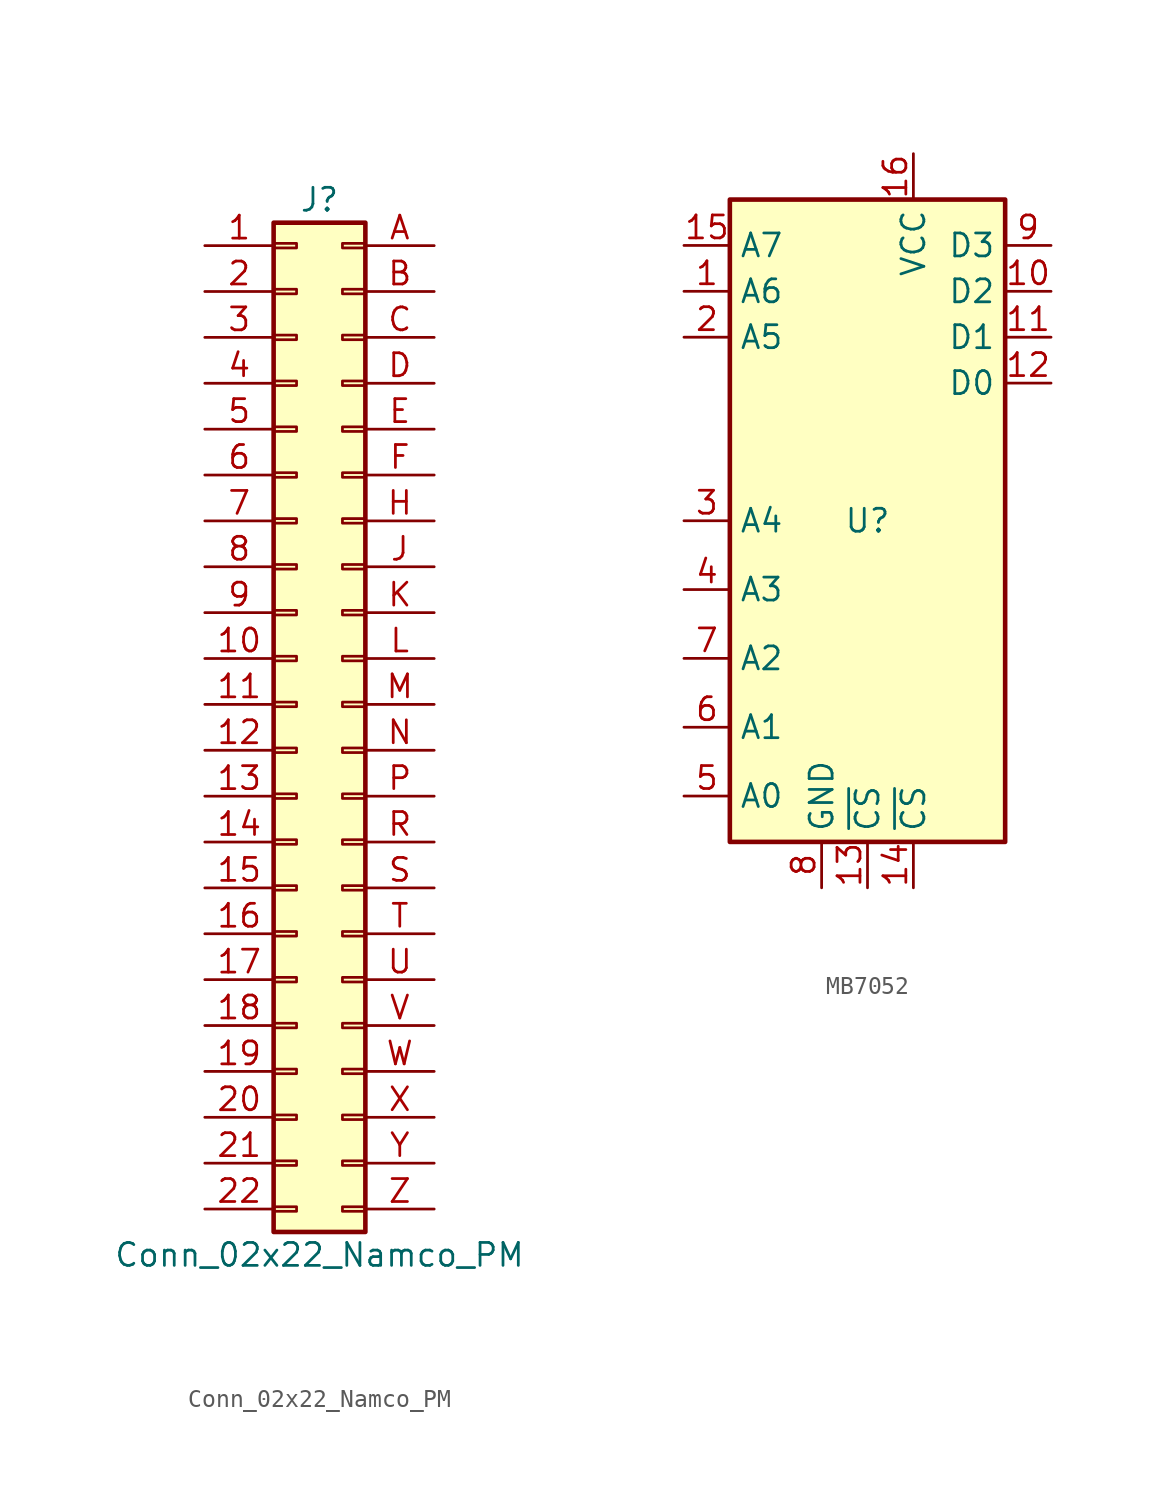
<source format=kicad_sym>
(kicad_symbol_lib
  (version 20231120)
  (generator "kicad_symbol_editor")
  (generator_version "8.0")
  (symbol "Conn_02x22_Namco_PM"
    (pin_names
      (offset 1.016) hide)
    (property "Reference" "J"
      (at 1.27 27.94 0)
      (effects (font (size 1.27 1.27))))
    (property "Value" "Conn_02x22_Namco_PM"
      (at 1.27 -30.48 0)
      (effects (font (size 1.27 1.27))))
    (symbol "Conn_02x22_Namco_PM_1_1"
      (rectangle (start -1.27 -27.813) (end 0 -28.067) (stroke (width 0.152) (type default)) (fill (type none)))
      (rectangle (start -1.27 -25.273) (end 0 -25.527) (stroke (width 0.152) (type default)) (fill (type none)))
      (rectangle (start -1.27 -22.733) (end 0 -22.987) (stroke (width 0.152) (type default)) (fill (type none)))
      (rectangle (start -1.27 -20.193) (end 0 -20.447) (stroke (width 0.152) (type default)) (fill (type none)))
      (rectangle (start -1.27 -17.653) (end 0 -17.907) (stroke (width 0.152) (type default)) (fill (type none)))
      (rectangle (start -1.27 -15.113) (end 0 -15.367) (stroke (width 0.152) (type default)) (fill (type none)))
      (rectangle (start -1.27 -12.573) (end 0 -12.827) (stroke (width 0.152) (type default)) (fill (type none)))
      (rectangle (start -1.27 -10.033) (end 0 -10.287) (stroke (width 0.152) (type default)) (fill (type none)))
      (rectangle (start -1.27 -7.493) (end 0 -7.747) (stroke (width 0.152) (type default)) (fill (type none)))
      (rectangle (start -1.27 -4.953) (end 0 -5.207) (stroke (width 0.152) (type default)) (fill (type none)))
      (rectangle (start -1.27 -2.413) (end 0 -2.667) (stroke (width 0.152) (type default)) (fill (type none)))
      (rectangle (start -1.27 0.127) (end 0 -0.127) (stroke (width 0.152) (type default)) (fill (type none)))
      (rectangle (start -1.27 2.667) (end 0 2.413) (stroke (width 0.152) (type default)) (fill (type none)))
      (rectangle (start -1.27 5.207) (end 0 4.953) (stroke (width 0.152) (type default)) (fill (type none)))
      (rectangle (start -1.27 7.747) (end 0 7.493) (stroke (width 0.152) (type default)) (fill (type none)))
      (rectangle (start -1.27 10.287) (end 0 10.033) (stroke (width 0.152) (type default)) (fill (type none)))
      (rectangle (start -1.27 12.827) (end 0 12.573) (stroke (width 0.152) (type default)) (fill (type none)))
      (rectangle (start -1.27 15.367) (end 0 15.113) (stroke (width 0.152) (type default)) (fill (type none)))
      (rectangle (start -1.27 17.907) (end 0 17.653) (stroke (width 0.152) (type default)) (fill (type none)))
      (rectangle (start -1.27 20.447) (end 0 20.193) (stroke (width 0.152) (type default)) (fill (type none)))
      (rectangle (start -1.27 22.987) (end 0 22.733) (stroke (width 0.152) (type default)) (fill (type none)))
      (rectangle (start -1.27 25.527) (end 0 25.273) (stroke (width 0.152) (type default)) (fill (type none)))
      (rectangle (start -1.27 26.67) (end 3.81 -29.21) (stroke (width 0.254) (type default)) (fill (type background)))
      (rectangle (start 3.81 -27.813) (end 2.54 -28.067) (stroke (width 0.152) (type default)) (fill (type none)))
      (rectangle (start 3.81 -25.273) (end 2.54 -25.527) (stroke (width 0.152) (type default)) (fill (type none)))
      (rectangle (start 3.81 -22.733) (end 2.54 -22.987) (stroke (width 0.152) (type default)) (fill (type none)))
      (rectangle (start 3.81 -20.193) (end 2.54 -20.447) (stroke (width 0.152) (type default)) (fill (type none)))
      (rectangle (start 3.81 -17.653) (end 2.54 -17.907) (stroke (width 0.152) (type default)) (fill (type none)))
      (rectangle (start 3.81 -15.113) (end 2.54 -15.367) (stroke (width 0.152) (type default)) (fill (type none)))
      (rectangle (start 3.81 -12.573) (end 2.54 -12.827) (stroke (width 0.152) (type default)) (fill (type none)))
      (rectangle (start 3.81 -10.033) (end 2.54 -10.287) (stroke (width 0.152) (type default)) (fill (type none)))
      (rectangle (start 3.81 -7.493) (end 2.54 -7.747) (stroke (width 0.152) (type default)) (fill (type none)))
      (rectangle (start 3.81 -4.953) (end 2.54 -5.207) (stroke (width 0.152) (type default)) (fill (type none)))
      (rectangle (start 3.81 -2.413) (end 2.54 -2.667) (stroke (width 0.152) (type default)) (fill (type none)))
      (rectangle (start 3.81 0.127) (end 2.54 -0.127) (stroke (width 0.152) (type default)) (fill (type none)))
      (rectangle (start 3.81 2.667) (end 2.54 2.413) (stroke (width 0.152) (type default)) (fill (type none)))
      (rectangle (start 3.81 5.207) (end 2.54 4.953) (stroke (width 0.152) (type default)) (fill (type none)))
      (rectangle (start 3.81 7.747) (end 2.54 7.493) (stroke (width 0.152) (type default)) (fill (type none)))
      (rectangle (start 3.81 10.287) (end 2.54 10.033) (stroke (width 0.152) (type default)) (fill (type none)))
      (rectangle (start 3.81 12.827) (end 2.54 12.573) (stroke (width 0.152) (type default)) (fill (type none)))
      (rectangle (start 3.81 15.367) (end 2.54 15.113) (stroke (width 0.152) (type default)) (fill (type none)))
      (rectangle (start 3.81 17.907) (end 2.54 17.653) (stroke (width 0.152) (type default)) (fill (type none)))
      (rectangle (start 3.81 20.447) (end 2.54 20.193) (stroke (width 0.152) (type default)) (fill (type none)))
      (rectangle (start 3.81 22.987) (end 2.54 22.733) (stroke (width 0.152) (type default)) (fill (type none)))
      (rectangle (start 3.81 25.527) (end 2.54 25.273) (stroke (width 0.152) (type default)) (fill (type none)))
      (pin passive line (at -5.08 25.4 0) (length 3.81) (name "Pin_1" (effects (font (size 1.27 1.27)))) (number "1" (effects (font (size 1.27 1.27)))))
      (pin passive line (at -5.08 2.54 0) (length 3.81) (name "Pin_10" (effects (font (size 1.27 1.27)))) (number "10" (effects (font (size 1.27 1.27)))))
      (pin passive line (at -5.08 0 0) (length 3.81) (name "Pin_11" (effects (font (size 1.27 1.27)))) (number "11" (effects (font (size 1.27 1.27)))))
      (pin passive line (at -5.08 -2.54 0) (length 3.81) (name "Pin_12" (effects (font (size 1.27 1.27)))) (number "12" (effects (font (size 1.27 1.27)))))
      (pin passive line (at -5.08 -5.08 0) (length 3.81) (name "Pin_13" (effects (font (size 1.27 1.27)))) (number "13" (effects (font (size 1.27 1.27)))))
      (pin passive line (at -5.08 -7.62 0) (length 3.81) (name "Pin_14" (effects (font (size 1.27 1.27)))) (number "14" (effects (font (size 1.27 1.27)))))
      (pin passive line (at -5.08 -10.16 0) (length 3.81) (name "Pin_15" (effects (font (size 1.27 1.27)))) (number "15" (effects (font (size 1.27 1.27)))))
      (pin passive line (at -5.08 -12.7 0) (length 3.81) (name "Pin_16" (effects (font (size 1.27 1.27)))) (number "16" (effects (font (size 1.27 1.27)))))
      (pin passive line (at -5.08 -15.24 0) (length 3.81) (name "Pin_17" (effects (font (size 1.27 1.27)))) (number "17" (effects (font (size 1.27 1.27)))))
      (pin passive line (at -5.08 -17.78 0) (length 3.81) (name "Pin_18" (effects (font (size 1.27 1.27)))) (number "18" (effects (font (size 1.27 1.27)))))
      (pin passive line (at -5.08 -20.32 0) (length 3.81) (name "Pin_19" (effects (font (size 1.27 1.27)))) (number "19" (effects (font (size 1.27 1.27)))))
      (pin passive line (at -5.08 22.86 0) (length 3.81) (name "Pin_2" (effects (font (size 1.27 1.27)))) (number "2" (effects (font (size 1.27 1.27)))))
      (pin passive line (at -5.08 -22.86 0) (length 3.81) (name "Pin_20" (effects (font (size 1.27 1.27)))) (number "20" (effects (font (size 1.27 1.27)))))
      (pin passive line (at -5.08 -25.4 0) (length 3.81) (name "Pin_21" (effects (font (size 1.27 1.27)))) (number "21" (effects (font (size 1.27 1.27)))))
      (pin passive line (at -5.08 -27.94 0) (length 3.81) (name "Pin_22" (effects (font (size 1.27 1.27)))) (number "22" (effects (font (size 1.27 1.27)))))
      (pin passive line (at -5.08 20.32 0) (length 3.81) (name "Pin_3" (effects (font (size 1.27 1.27)))) (number "3" (effects (font (size 1.27 1.27)))))
      (pin passive line (at -5.08 17.78 0) (length 3.81) (name "Pin_4" (effects (font (size 1.27 1.27)))) (number "4" (effects (font (size 1.27 1.27)))))
      (pin passive line (at -5.08 15.24 0) (length 3.81) (name "Pin_5" (effects (font (size 1.27 1.27)))) (number "5" (effects (font (size 1.27 1.27)))))
      (pin passive line (at -5.08 12.7 0) (length 3.81) (name "Pin_6" (effects (font (size 1.27 1.27)))) (number "6" (effects (font (size 1.27 1.27)))))
      (pin passive line (at -5.08 10.16 0) (length 3.81) (name "Pin_7" (effects (font (size 1.27 1.27)))) (number "7" (effects (font (size 1.27 1.27)))))
      (pin passive line (at -5.08 7.62 0) (length 3.81) (name "Pin_8" (effects (font (size 1.27 1.27)))) (number "8" (effects (font (size 1.27 1.27)))))
      (pin passive line (at -5.08 5.08 0) (length 3.81) (name "Pin_9" (effects (font (size 1.27 1.27)))) (number "9" (effects (font (size 1.27 1.27)))))
      (pin passive line (at 7.62 25.4 180) (length 3.81) (name "Pin_23" (effects (font (size 1.27 1.27)))) (number "A" (effects (font (size 1.27 1.27)))))
      (pin passive line (at 7.62 22.86 180) (length 3.81) (name "Pin_24" (effects (font (size 1.27 1.27)))) (number "B" (effects (font (size 1.27 1.27)))))
      (pin passive line (at 7.62 20.32 180) (length 3.81) (name "Pin_25" (effects (font (size 1.27 1.27)))) (number "C" (effects (font (size 1.27 1.27)))))
      (pin passive line (at 7.62 17.78 180) (length 3.81) (name "Pin_26" (effects (font (size 1.27 1.27)))) (number "D" (effects (font (size 1.27 1.27)))))
      (pin passive line (at 7.62 15.24 180) (length 3.81) (name "Pin_27" (effects (font (size 1.27 1.27)))) (number "E" (effects (font (size 1.27 1.27)))))
      (pin passive line (at 7.62 12.7 180) (length 3.81) (name "Pin_28" (effects (font (size 1.27 1.27)))) (number "F" (effects (font (size 1.27 1.27)))))
      (pin passive line (at 7.62 10.16 180) (length 3.81) (name "Pin_29" (effects (font (size 1.27 1.27)))) (number "H" (effects (font (size 1.27 1.27)))))
      (pin passive line (at 7.62 7.62 180) (length 3.81) (name "Pin_30" (effects (font (size 1.27 1.27)))) (number "J" (effects (font (size 1.27 1.27)))))
      (pin passive line (at 7.62 5.08 180) (length 3.81) (name "Pin_31" (effects (font (size 1.27 1.27)))) (number "K" (effects (font (size 1.27 1.27)))))
      (pin passive line (at 7.62 2.54 180) (length 3.81) (name "Pin_32" (effects (font (size 1.27 1.27)))) (number "L" (effects (font (size 1.27 1.27)))))
      (pin passive line (at 7.62 0 180) (length 3.81) (name "Pin_33" (effects (font (size 1.27 1.27)))) (number "M" (effects (font (size 1.27 1.27)))))
      (pin passive line (at 7.62 -2.54 180) (length 3.81) (name "Pin_34" (effects (font (size 1.27 1.27)))) (number "N" (effects (font (size 1.27 1.27)))))
      (pin passive line (at 7.62 -5.08 180) (length 3.81) (name "Pin_35" (effects (font (size 1.27 1.27)))) (number "P" (effects (font (size 1.27 1.27)))))
      (pin passive line (at 7.62 -7.62 180) (length 3.81) (name "Pin_36" (effects (font (size 1.27 1.27)))) (number "R" (effects (font (size 1.27 1.27)))))
      (pin passive line (at 7.62 -10.16 180) (length 3.81) (name "Pin_37" (effects (font (size 1.27 1.27)))) (number "S" (effects (font (size 1.27 1.27)))))
      (pin passive line (at 7.62 -12.7 180) (length 3.81) (name "Pin_38" (effects (font (size 1.27 1.27)))) (number "T" (effects (font (size 1.27 1.27)))))
      (pin passive line (at 7.62 -15.24 180) (length 3.81) (name "Pin_39" (effects (font (size 1.27 1.27)))) (number "U" (effects (font (size 1.27 1.27)))))
      (pin passive line (at 7.62 -17.78 180) (length 3.81) (name "Pin_40" (effects (font (size 1.27 1.27)))) (number "V" (effects (font (size 1.27 1.27)))))
      (pin passive line (at 7.62 -20.32 180) (length 3.81) (name "Pin_41" (effects (font (size 1.27 1.27)))) (number "W" (effects (font (size 1.27 1.27)))))
      (pin passive line (at 7.62 -22.86 180) (length 3.81) (name "Pin_42" (effects (font (size 1.27 1.27)))) (number "X" (effects (font (size 1.27 1.27)))))
      (pin passive line (at 7.62 -25.4 180) (length 3.81) (name "Pin_43" (effects (font (size 1.27 1.27)))) (number "Y" (effects (font (size 1.27 1.27)))))
      (pin passive line (at 7.62 -27.94 180) (length 3.81) (name "Pin_44" (effects (font (size 1.27 1.27)))) (number "Z" (effects (font (size 1.27 1.27)))))))
  (symbol "MB7052"
    (property "Reference" "U"
      (at 0 0 0)
      (effects (font (size 1.27 1.27))))
    (property "Value" ""
      (at 0 0 0)
      (effects (font (size 1.27 1.27))))
    (symbol "MB7052_1_1"
      (rectangle (start -7.62 17.78) (end 7.62 -17.78) (stroke (width 0.254) (type default)) (fill (type background)))
      (pin input line (at -10.16 12.7 0) (length 2.54) (name "A6" (effects (font (size 1.27 1.27)))) (number "1" (effects (font (size 1.27 1.27)))))
      (pin tri_state line (at 10.16 12.7 180) (length 2.54) (name "D2" (effects (font (size 1.27 1.27)))) (number "10" (effects (font (size 1.27 1.27)))))
      (pin tri_state line (at 10.16 10.16 180) (length 2.54) (name "D1" (effects (font (size 1.27 1.27)))) (number "11" (effects (font (size 1.27 1.27)))))
      (pin tri_state line (at 10.16 7.62 180) (length 2.54) (name "D0" (effects (font (size 1.27 1.27)))) (number "12" (effects (font (size 1.27 1.27)))))
      (pin input line (at 0 -20.32 90) (length 2.54) (name "~{CS}" (effects (font (size 1.27 1.27)))) (number "13" (effects (font (size 1.27 1.27)))))
      (pin input line (at 2.54 -20.32 90) (length 2.54) (name "~{CS}" (effects (font (size 1.27 1.27)))) (number "14" (effects (font (size 1.27 1.27)))))
      (pin input line (at -10.16 15.24 0) (length 2.54) (name "A7" (effects (font (size 1.27 1.27)))) (number "15" (effects (font (size 1.27 1.27)))))
      (pin power_in line (at 2.54 20.32 270) (length 2.54) (name "VCC" (effects (font (size 1.27 1.27)))) (number "16" (effects (font (size 1.27 1.27)))))
      (pin input line (at -10.16 10.16 0) (length 2.54) (name "A5" (effects (font (size 1.27 1.27)))) (number "2" (effects (font (size 1.27 1.27)))))
      (pin input line (at -10.16 0 0) (length 2.54) (name "A4" (effects (font (size 1.27 1.27)))) (number "3" (effects (font (size 1.27 1.27)))))
      (pin input line (at -10.16 -3.81 0) (length 2.54) (name "A3" (effects (font (size 1.27 1.27)))) (number "4" (effects (font (size 1.27 1.27)))))
      (pin input line (at -10.16 -15.24 0) (length 2.54) (name "A0" (effects (font (size 1.27 1.27)))) (number "5" (effects (font (size 1.27 1.27)))))
      (pin input line (at -10.16 -11.43 0) (length 2.54) (name "A1" (effects (font (size 1.27 1.27)))) (number "6" (effects (font (size 1.27 1.27)))))
      (pin input line (at -10.16 -7.62 0) (length 2.54) (name "A2" (effects (font (size 1.27 1.27)))) (number "7" (effects (font (size 1.27 1.27)))))
      (pin power_in line (at -2.54 -20.32 90) (length 2.54) (name "GND" (effects (font (size 1.27 1.27)))) (number "8" (effects (font (size 1.27 1.27)))))
      (pin tri_state line (at 10.16 15.24 180) (length 2.54) (name "D3" (effects (font (size 1.27 1.27)))) (number "9" (effects (font (size 1.27 1.27))))))))
</source>
